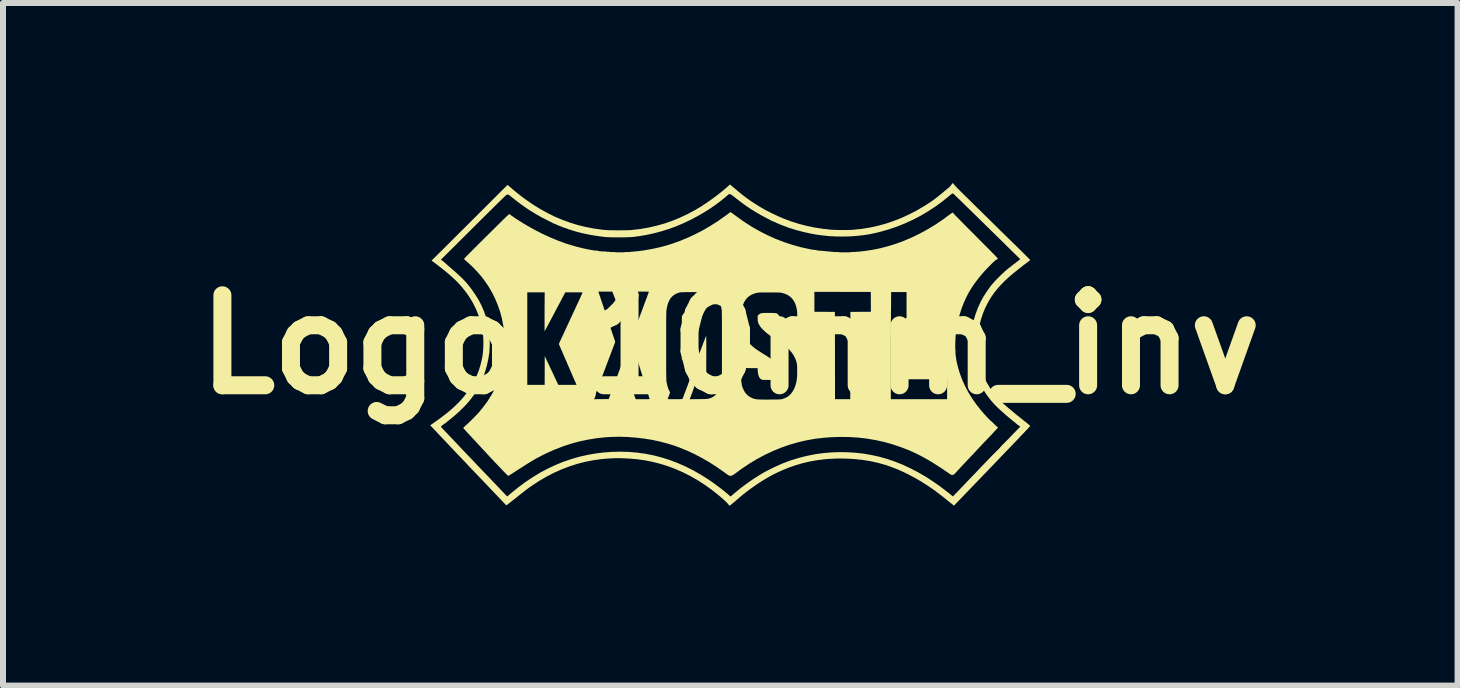
<source format=kicad_pcb>
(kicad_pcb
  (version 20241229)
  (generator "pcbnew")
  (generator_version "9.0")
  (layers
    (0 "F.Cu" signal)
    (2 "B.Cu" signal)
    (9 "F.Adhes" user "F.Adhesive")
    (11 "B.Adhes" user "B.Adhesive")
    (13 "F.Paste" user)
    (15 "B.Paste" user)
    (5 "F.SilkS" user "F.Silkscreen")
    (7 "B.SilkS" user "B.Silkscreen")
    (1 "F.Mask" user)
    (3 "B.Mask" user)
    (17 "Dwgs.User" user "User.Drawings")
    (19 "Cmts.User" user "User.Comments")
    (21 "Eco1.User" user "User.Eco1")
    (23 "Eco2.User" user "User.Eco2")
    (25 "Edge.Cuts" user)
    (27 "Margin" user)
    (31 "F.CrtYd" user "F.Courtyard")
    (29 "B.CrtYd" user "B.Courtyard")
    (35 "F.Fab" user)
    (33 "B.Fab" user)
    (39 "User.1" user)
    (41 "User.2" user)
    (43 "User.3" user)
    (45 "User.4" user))
  (footprint "Logo_10mm_inv"
    (layer "F.Cu")
    (at 9.121 2.693)
    (property "Reference" "Logo_10mm_inv" (at 0 0 0) (layer "F.SilkS") (effects (font (size 1.5 1.5) (thickness 0.3))))
    (attr board_only exclude_from_pos_files exclude_from_bom)
    (fp_poly (pts (xy 3.718 -2.682) (xy 3.733 -2.664) (xy 3.748 -2.647) (xy 3.765 -2.629) (xy 3.783 -2.609) (xy 3.804 -2.588) (xy 3.829 -2.563) (xy 3.858 -2.534) (xy 3.885 -2.508) (xy 3.904 -2.489) (xy 3.929 -2.465) (xy 3.958 -2.437) (xy 3.99 -2.405) (xy 4.025 -2.37) (xy 4.062 -2.334) (xy 4.101 -2.295) (xy 4.141 -2.256) (xy 4.181 -2.217) (xy 4.221 -2.178) (xy 4.233 -2.166) (xy 4.276 -2.124) (xy 4.322 -2.078) (xy 4.371 -2.03) (xy 4.422 -1.98) (xy 4.472 -1.93) (xy 4.522 -1.881) (xy 4.571 -1.834) (xy 4.616 -1.789) (xy 4.658 -1.748) (xy 4.686 -1.721) (xy 4.735 -1.673) (xy 4.779 -1.63) (xy 4.817 -1.592) (xy 4.852 -1.558) (xy 4.881 -1.529) (xy 4.907 -1.504) (xy 4.928 -1.482) (xy 4.946 -1.464) (xy 4.961 -1.449) (xy 4.973 -1.437) (xy 4.983 -1.427) (xy 4.989 -1.42) (xy 4.994 -1.415) (xy 4.997 -1.411) (xy 4.999 -1.408) (xy 4.999 -1.407) (xy 4.999 -1.407) (xy 4.995 -1.404) (xy 4.986 -1.397) (xy 4.973 -1.387) (xy 4.957 -1.375) (xy 4.95 -1.37) (xy 4.931 -1.356) (xy 4.911 -1.341) (xy 4.893 -1.327) (xy 4.878 -1.316) (xy 4.877 -1.315) (xy 4.864 -1.304) (xy 4.847 -1.29) (xy 4.827 -1.275) (xy 4.807 -1.26) (xy 4.801 -1.255) (xy 4.72 -1.19) (xy 4.644 -1.125) (xy 4.574 -1.06) (xy 4.51 -0.995) (xy 4.453 -0.932) (xy 4.405 -0.872) (xy 4.346 -0.788) (xy 4.294 -0.7) (xy 4.248 -0.608) (xy 4.209 -0.513) (xy 4.177 -0.414) (xy 4.151 -0.31) (xy 4.132 -0.203) (xy 4.127 -0.164) (xy 4.124 -0.131) (xy 4.121 -0.092) (xy 4.12 -0.049) (xy 4.12 -0.005) (xy 4.12 0.04) (xy 4.121 0.082) (xy 4.124 0.121) (xy 4.127 0.152) (xy 4.143 0.256) (xy 4.166 0.357) (xy 4.196 0.453) (xy 4.232 0.545) (xy 4.276 0.634) (xy 4.326 0.719) (xy 4.383 0.801) (xy 4.447 0.879) (xy 4.486 0.921) (xy 4.513 0.947) (xy 4.545 0.978) (xy 4.583 1.012) (xy 4.627 1.05) (xy 4.677 1.092) (xy 4.734 1.139) (xy 4.796 1.19) (xy 4.865 1.245) (xy 4.912 1.282) (xy 4.935 1.3) (xy 4.955 1.317) (xy 4.972 1.331) (xy 4.986 1.343) (xy 4.995 1.351) (xy 4.999 1.356) (xy 4.999 1.356) (xy 4.997 1.359) (xy 4.989 1.368) (xy 4.976 1.382) (xy 4.959 1.401) (xy 4.936 1.425) (xy 4.91 1.453) (xy 4.879 1.486) (xy 4.843 1.523) (xy 4.805 1.564) (xy 4.762 1.609) (xy 4.716 1.657) (xy 4.667 1.708) (xy 4.614 1.763) (xy 4.559 1.821) (xy 4.501 1.881) (xy 4.441 1.944) (xy 4.383 2.004) (xy 4.325 2.064) (xy 4.269 2.123) (xy 4.214 2.18) (xy 4.161 2.235) (xy 4.11 2.288) (xy 4.061 2.339) (xy 4.015 2.387) (xy 3.972 2.432) (xy 3.931 2.474) (xy 3.894 2.512) (xy 3.861 2.547) (xy 3.831 2.578) (xy 3.805 2.605) (xy 3.784 2.627) (xy 3.767 2.644) (xy 3.755 2.657) (xy 3.748 2.664) (xy 3.747 2.666) (xy 3.728 2.684) (xy 3.627 2.603) (xy 3.579 2.564) (xy 3.536 2.53) (xy 3.497 2.5) (xy 3.461 2.472) (xy 3.428 2.447) (xy 3.395 2.423) (xy 3.363 2.401) (xy 3.33 2.378) (xy 3.296 2.355) (xy 3.293 2.353) (xy 3.19 2.287) (xy 3.085 2.226) (xy 2.979 2.169) (xy 2.874 2.118) (xy 2.769 2.072) (xy 2.666 2.033) (xy 2.594 2.008) (xy 2.466 1.972) (xy 2.336 1.943) (xy 2.202 1.922) (xy 2.066 1.907) (xy 1.926 1.9) (xy 1.783 1.899) (xy 1.637 1.906) (xy 1.567 1.912) (xy 1.446 1.927) (xy 1.325 1.949) (xy 1.204 1.977) (xy 1.086 2.012) (xy 0.97 2.052) (xy 0.859 2.098) (xy 0.834 2.11) (xy 0.815 2.118) (xy 0.796 2.127) (xy 0.778 2.135) (xy 0.773 2.138) (xy 0.719 2.164) (xy 0.661 2.195) (xy 0.599 2.231) (xy 0.535 2.27) (xy 0.47 2.312) (xy 0.405 2.356) (xy 0.34 2.402) (xy 0.278 2.448) (xy 0.218 2.495) (xy 0.163 2.54) (xy 0.15 2.551) (xy 0.134 2.565) (xy 0.114 2.582) (xy 0.092 2.602) (xy 0.069 2.621) (xy 0.054 2.634) (xy 0.036 2.649) (xy 0.019 2.663) (xy 0.005 2.674) (xy -0.005 2.681) (xy -0.011 2.684) (xy -0.011 2.684) (xy -0.017 2.68) (xy -0.026 2.671) (xy -0.033 2.662) (xy -0.045 2.647) (xy -0.062 2.629) (xy -0.086 2.606) (xy -0.115 2.58) (xy -0.149 2.55) (xy -0.189 2.516) (xy -0.191 2.514) (xy -0.307 2.422) (xy -0.425 2.337) (xy -0.544 2.26) (xy -0.665 2.191) (xy -0.788 2.129) (xy -0.914 2.074) (xy -1.041 2.026) (xy -1.171 1.986) (xy -1.303 1.953) (xy -1.308 1.952) (xy -1.429 1.928) (xy -1.553 1.911) (xy -1.68 1.9) (xy -1.808 1.894) (xy -1.936 1.894) (xy -2.063 1.901) (xy -2.149 1.909) (xy -2.284 1.928) (xy -2.418 1.954) (xy -2.55 1.988) (xy -2.68 2.03) (xy -2.809 2.079) (xy -2.936 2.136) (xy -3.061 2.2) (xy -3.184 2.272) (xy -3.287 2.339) (xy -3.318 2.36) (xy -3.348 2.381) (xy -3.377 2.402) (xy -3.406 2.424) (xy -3.438 2.449) (xy -3.473 2.476) (xy -3.512 2.507) (xy -3.526 2.518) (xy -3.564 2.549) (xy -3.6 2.577) (xy -3.632 2.602) (xy -3.661 2.625) (xy -3.684 2.643) (xy -3.703 2.658) (xy -3.717 2.668) (xy -3.721 2.671) (xy -3.733 2.679) (xy -4.022 2.376) (xy -4.098 2.296) (xy -4.169 2.222) (xy -4.235 2.153) (xy -4.297 2.088) (xy -4.354 2.028) (xy -4.407 1.971) (xy -4.457 1.919) (xy -4.504 1.87) (xy -4.548 1.824) (xy -4.589 1.781) (xy -4.627 1.74) (xy -4.664 1.702) (xy -4.698 1.665) (xy -4.731 1.63) (xy -4.763 1.596) (xy -4.795 1.563) (xy -4.825 1.531) (xy -4.855 1.499) (xy -4.886 1.467) (xy -4.916 1.434) (xy -4.947 1.401) (xy -4.978 1.369) (xy -4.824 1.369) (xy -4.73 1.469) (xy -4.635 1.569) (xy -4.545 1.664) (xy -4.458 1.756) (xy -4.373 1.845) (xy -4.289 1.933) (xy -4.206 2.021) (xy -4.121 2.109) (xy -4.035 2.199) (xy -4.033 2.201) (xy -3.996 2.24) (xy -3.959 2.279) (xy -3.924 2.315) (xy -3.891 2.35) (xy -3.86 2.382) (xy -3.832 2.412) (xy -3.807 2.438) (xy -3.786 2.46) (xy -3.769 2.478) (xy -3.756 2.492) (xy -3.748 2.5) (xy -3.747 2.501) (xy -3.734 2.515) (xy -3.725 2.523) (xy -3.719 2.527) (xy -3.715 2.528) (xy -3.712 2.527) (xy -3.707 2.522) (xy -3.697 2.514) (xy -3.684 2.503) (xy -3.668 2.49) (xy -3.664 2.486) (xy -3.544 2.388) (xy -3.421 2.296) (xy -3.297 2.213) (xy -3.171 2.136) (xy -3.043 2.068) (xy -2.913 2.007) (xy -2.781 1.953) (xy -2.646 1.907) (xy -2.51 1.868) (xy -2.372 1.837) (xy -2.231 1.813) (xy -2.117 1.799) (xy -1.973 1.788) (xy -1.83 1.785) (xy -1.689 1.789) (xy -1.549 1.801) (xy -1.412 1.82) (xy -1.276 1.847) (xy -1.142 1.882) (xy -1.009 1.924) (xy -0.877 1.974) (xy -0.747 2.031) (xy -0.618 2.096) (xy -0.49 2.169) (xy -0.363 2.249) (xy -0.289 2.3) (xy -0.244 2.333) (xy -0.197 2.368) (xy -0.148 2.405) (xy -0.101 2.443) (xy -0.057 2.479) (xy -0.024 2.507) (xy 0.005 2.532) (xy 0.016 2.523) (xy 0.022 2.518) (xy 0.033 2.508) (xy 0.048 2.496) (xy 0.066 2.481) (xy 0.085 2.465) (xy 0.089 2.462) (xy 0.155 2.407) (xy 0.227 2.352) (xy 0.301 2.298) (xy 0.376 2.246) (xy 0.451 2.198) (xy 0.522 2.154) (xy 0.527 2.151) (xy 0.589 2.116) (xy 0.655 2.082) (xy 0.724 2.048) (xy 0.795 2.015) (xy 0.866 1.984) (xy 0.934 1.957) (xy 0.998 1.934) (xy 1.002 1.932) (xy 1.138 1.89) (xy 1.276 1.855) (xy 1.415 1.827) (xy 1.555 1.808) (xy 1.696 1.796) (xy 1.84 1.792) (xy 1.942 1.794) (xy 2.08 1.802) (xy 2.216 1.817) (xy 2.351 1.84) (xy 2.483 1.869) (xy 2.615 1.906) (xy 2.745 1.951) (xy 2.874 2.002) (xy 3.002 2.062) (xy 3.13 2.128) (xy 3.258 2.203) (xy 3.303 2.231) (xy 3.391 2.289) (xy 3.478 2.35) (xy 3.565 2.415) (xy 3.642 2.475) (xy 3.711 2.531) (xy 3.755 2.485) (xy 3.764 2.476) (xy 3.778 2.461) (xy 3.797 2.442) (xy 3.82 2.418) (xy 3.846 2.391) (xy 3.875 2.36) (xy 3.907 2.327) (xy 3.941 2.291) (xy 3.977 2.253) (xy 4.015 2.214) (xy 4.053 2.174) (xy 4.063 2.164) (xy 4.109 2.116) (xy 4.15 2.072) (xy 4.187 2.033) (xy 4.22 1.999) (xy 4.249 1.969) (xy 4.275 1.942) (xy 4.298 1.918) (xy 4.319 1.896) (xy 4.337 1.877) (xy 4.354 1.86) (xy 4.37 1.844) (xy 4.385 1.828) (xy 4.4 1.814) (xy 4.415 1.799) (xy 4.43 1.783) (xy 4.447 1.767) (xy 4.45 1.764) (xy 4.466 1.748) (xy 4.48 1.734) (xy 4.491 1.722) (xy 4.498 1.714) (xy 4.5 1.711) (xy 4.503 1.707) (xy 4.51 1.699) (xy 4.522 1.687) (xy 4.537 1.672) (xy 4.554 1.654) (xy 4.568 1.64) (xy 4.587 1.62) (xy 4.611 1.596) (xy 4.638 1.569) (xy 4.666 1.54) (xy 4.695 1.511) (xy 4.722 1.482) (xy 4.734 1.47) (xy 4.833 1.368) (xy 4.818 1.356) (xy 4.809 1.349) (xy 4.802 1.345) (xy 4.8 1.344) (xy 4.796 1.341) (xy 4.788 1.335) (xy 4.776 1.325) (xy 4.765 1.316) (xy 4.751 1.304) (xy 4.733 1.289) (xy 4.712 1.272) (xy 4.69 1.254) (xy 4.674 1.241) (xy 4.656 1.226) (xy 4.639 1.213) (xy 4.626 1.202) (xy 4.617 1.193) (xy 4.612 1.189) (xy 4.612 1.189) (xy 4.606 1.184) (xy 4.604 1.184) (xy 4.599 1.182) (xy 4.598 1.18) (xy 4.595 1.176) (xy 4.587 1.169) (xy 4.576 1.158) (xy 4.562 1.146) (xy 4.558 1.142) (xy 4.51 1.1) (xy 4.467 1.061) (xy 4.429 1.023) (xy 4.393 0.986) (xy 4.359 0.947) (xy 4.329 0.911) (xy 4.266 0.827) (xy 4.21 0.739) (xy 4.16 0.647) (xy 4.116 0.552) (xy 4.08 0.454) (xy 4.051 0.355) (xy 4.049 0.348) (xy 4.044 0.327) (xy 4.04 0.308) (xy 4.036 0.292) (xy 4.034 0.281) (xy 4.034 0.279) (xy 4.032 0.267) (xy 4.03 0.255) (xy 4.03 0.254) (xy 4.025 0.23) (xy 4.021 0.204) (xy 4.018 0.174) (xy 4.014 0.14) (xy 4.011 0.099) (xy 4.009 0.072) (xy 4.007 -0.013) (xy 4.01 -0.102) (xy 4.014 -0.156) (xy 4.017 -0.183) (xy 4.019 -0.205) (xy 4.021 -0.221) (xy 4.023 -0.232) (xy 4.025 -0.246) (xy 4.025 -0.252) (xy 4.029 -0.275) (xy 4.034 -0.303) (xy 4.041 -0.334) (xy 4.048 -0.366) (xy 4.055 -0.397) (xy 4.061 -0.419) (xy 4.093 -0.522) (xy 4.131 -0.621) (xy 4.174 -0.715) (xy 4.224 -0.805) (xy 4.281 -0.893) (xy 4.307 -0.93) (xy 4.318 -0.944) (xy 4.326 -0.956) (xy 4.331 -0.964) (xy 4.332 -0.967) (xy 4.335 -0.971) (xy 4.342 -0.977) (xy 4.342 -0.977) (xy 4.349 -0.984) (xy 4.352 -0.989) (xy 4.352 -0.989) (xy 4.355 -0.994) (xy 4.361 -1.001) (xy 4.362 -1.001) (xy 4.368 -1.007) (xy 4.371 -1.013) (xy 4.371 -1.013) (xy 4.374 -1.018) (xy 4.381 -1.025) (xy 4.385 -1.029) (xy 4.393 -1.036) (xy 4.398 -1.042) (xy 4.399 -1.043) (xy 4.401 -1.047) (xy 4.409 -1.055) (xy 4.42 -1.067) (xy 4.434 -1.082) (xy 4.451 -1.099) (xy 4.469 -1.117) (xy 4.487 -1.135) (xy 4.504 -1.152) (xy 4.521 -1.168) (xy 4.535 -1.182) (xy 4.546 -1.192) (xy 4.553 -1.198) (xy 4.555 -1.199) (xy 4.559 -1.202) (xy 4.566 -1.209) (xy 4.571 -1.215) (xy 4.579 -1.224) (xy 4.586 -1.23) (xy 4.588 -1.231) (xy 4.594 -1.233) (xy 4.601 -1.24) (xy 4.603 -1.242) (xy 4.61 -1.25) (xy 4.616 -1.254) (xy 4.617 -1.254) (xy 4.622 -1.257) (xy 4.628 -1.264) (xy 4.628 -1.264) (xy 4.635 -1.271) (xy 4.639 -1.274) (xy 4.639 -1.274) (xy 4.643 -1.276) (xy 4.652 -1.282) (xy 4.664 -1.291) (xy 4.677 -1.302) (xy 4.695 -1.316) (xy 4.712 -1.33) (xy 4.728 -1.342) (xy 4.737 -1.348) (xy 4.75 -1.358) (xy 4.766 -1.371) (xy 4.784 -1.385) (xy 4.797 -1.394) (xy 4.833 -1.424) (xy 4.785 -1.471) (xy 4.775 -1.48) (xy 4.76 -1.495) (xy 4.74 -1.515) (xy 4.716 -1.538) (xy 4.689 -1.565) (xy 4.659 -1.595) (xy 4.625 -1.627) (xy 4.59 -1.662) (xy 4.554 -1.698) (xy 4.516 -1.735) (xy 4.483 -1.768) (xy 4.443 -1.806) (xy 4.402 -1.847) (xy 4.359 -1.889) (xy 4.315 -1.933) (xy 4.269 -1.977) (xy 4.224 -2.022) (xy 4.178 -2.067) (xy 4.132 -2.112) (xy 4.087 -2.156) (xy 4.043 -2.199) (xy 4 -2.241) (xy 3.959 -2.281) (xy 3.92 -2.319) (xy 3.884 -2.354) (xy 3.851 -2.387) (xy 3.821 -2.416) (xy 3.794 -2.441) (xy 3.772 -2.463) (xy 3.754 -2.48) (xy 3.741 -2.493) (xy 3.734 -2.5) (xy 3.722 -2.511) (xy 3.713 -2.517) (xy 3.706 -2.519) (xy 3.702 -2.518) (xy 3.696 -2.515) (xy 3.685 -2.507) (xy 3.671 -2.496) (xy 3.655 -2.483) (xy 3.647 -2.476) (xy 3.536 -2.386) (xy 3.42 -2.301) (xy 3.299 -2.222) (xy 3.174 -2.148) (xy 3.045 -2.081) (xy 2.912 -2.02) (xy 2.777 -1.966) (xy 2.639 -1.919) (xy 2.499 -1.879) (xy 2.43 -1.862) (xy 2.327 -1.84) (xy 2.223 -1.824) (xy 2.118 -1.812) (xy 2.009 -1.804) (xy 1.896 -1.801) (xy 1.867 -1.801) (xy 1.755 -1.802) (xy 1.646 -1.808) (xy 1.54 -1.819) (xy 1.435 -1.833) (xy 1.328 -1.853) (xy 1.217 -1.878) (xy 1.212 -1.879) (xy 1.185 -1.886) (xy 1.155 -1.894) (xy 1.124 -1.902) (xy 1.092 -1.911) (xy 1.06 -1.921) (xy 1.03 -1.93) (xy 1.003 -1.938) (xy 0.978 -1.946) (xy 0.957 -1.954) (xy 0.942 -1.959) (xy 0.932 -1.963) (xy 0.93 -1.965) (xy 0.925 -1.968) (xy 0.915 -1.971) (xy 0.907 -1.973) (xy 0.896 -1.976) (xy 0.888 -1.979) (xy 0.887 -1.981) (xy 0.883 -1.984) (xy 0.877 -1.984) (xy 0.87 -1.986) (xy 0.867 -1.988) (xy 0.864 -1.991) (xy 0.855 -1.993) (xy 0.852 -1.994) (xy 0.842 -1.996) (xy 0.836 -1.999) (xy 0.836 -2) (xy 0.833 -2.003) (xy 0.827 -2.004) (xy 0.817 -2.006) (xy 0.811 -2.01) (xy 0.803 -2.015) (xy 0.799 -2.016) (xy 0.791 -2.018) (xy 0.787 -2.022) (xy 0.778 -2.026) (xy 0.771 -2.027) (xy 0.764 -2.029) (xy 0.762 -2.031) (xy 0.758 -2.035) (xy 0.751 -2.039) (xy 0.742 -2.042) (xy 0.736 -2.043) (xy 0.728 -2.046) (xy 0.724 -2.049) (xy 0.716 -2.054) (xy 0.709 -2.055) (xy 0.7 -2.057) (xy 0.695 -2.06) (xy 0.69 -2.063) (xy 0.679 -2.069) (xy 0.663 -2.078) (xy 0.644 -2.088) (xy 0.621 -2.1) (xy 0.602 -2.11) (xy 0.511 -2.158) (xy 0.425 -2.208) (xy 0.341 -2.26) (xy 0.259 -2.315) (xy 0.177 -2.375) (xy 0.092 -2.441) (xy 0.087 -2.445) (xy 0.06 -2.466) (xy 0.038 -2.483) (xy 0.02 -2.495) (xy 0.006 -2.503) (xy -0.005 -2.508) (xy -0.013 -2.509) (xy -0.02 -2.508) (xy -0.022 -2.507) (xy -0.027 -2.503) (xy -0.037 -2.495) (xy -0.051 -2.484) (xy -0.066 -2.47) (xy -0.075 -2.463) (xy -0.159 -2.394) (xy -0.25 -2.326) (xy -0.346 -2.26) (xy -0.448 -2.196) (xy -0.554 -2.136) (xy -0.662 -2.079) (xy -0.773 -2.026) (xy -0.791 -2.018) (xy -0.907 -1.969) (xy -1.028 -1.925) (xy -1.151 -1.887) (xy -1.275 -1.854) (xy -1.399 -1.827) (xy -1.506 -1.809) (xy -1.542 -1.804) (xy -1.573 -1.8) (xy -1.603 -1.796) (xy -1.631 -1.794) (xy -1.658 -1.791) (xy -1.687 -1.79) (xy -1.719 -1.789) (xy -1.754 -1.788) (xy -1.794 -1.788) (xy -1.84 -1.788) (xy -1.858 -1.787) (xy -1.904 -1.788) (xy -1.943 -1.788) (xy -1.977 -1.788) (xy -2.005 -1.789) (xy -2.03 -1.79) (xy -2.052 -1.791) (xy -2.072 -1.792) (xy -2.091 -1.794) (xy -2.094 -1.794) (xy -2.219 -1.81) (xy -2.341 -1.83) (xy -2.458 -1.855) (xy -2.493 -1.863) (xy -2.524 -1.871) (xy -2.555 -1.879) (xy -2.582 -1.887) (xy -2.607 -1.894) (xy -2.628 -1.901) (xy -2.643 -1.906) (xy -2.652 -1.909) (xy -2.654 -1.911) (xy -2.661 -1.914) (xy -2.666 -1.914) (xy -2.675 -1.915) (xy -2.686 -1.918) (xy -2.699 -1.922) (xy -2.709 -1.927) (xy -2.715 -1.93) (xy -2.715 -1.93) (xy -2.72 -1.933) (xy -2.73 -1.936) (xy -2.744 -1.94) (xy -2.748 -1.942) (xy -2.763 -1.946) (xy -2.774 -1.95) (xy -2.781 -1.952) (xy -2.781 -1.953) (xy -2.786 -1.956) (xy -2.796 -1.958) (xy -2.798 -1.959) (xy -2.807 -1.961) (xy -2.812 -1.964) (xy -2.813 -1.965) (xy -2.816 -1.968) (xy -2.822 -1.969) (xy -2.83 -1.97) (xy -2.832 -1.973) (xy -2.836 -1.976) (xy -2.842 -1.977) (xy -2.849 -1.978) (xy -2.852 -1.981) (xy -2.855 -1.984) (xy -2.862 -1.984) (xy -2.869 -1.986) (xy -2.871 -1.988) (xy -2.875 -1.991) (xy -2.881 -1.992) (xy -2.888 -1.993) (xy -2.891 -1.996) (xy -2.894 -1.999) (xy -2.903 -2.004) (xy -2.914 -2.009) (xy -2.925 -2.013) (xy -2.935 -2.015) (xy -2.938 -2.016) (xy -2.944 -2.017) (xy -2.946 -2.019) (xy -2.95 -2.022) (xy -2.96 -2.027) (xy -2.974 -2.035) (xy -2.993 -2.044) (xy -3.015 -2.055) (xy -3.029 -2.062) (xy -3.141 -2.119) (xy -3.25 -2.181) (xy -3.355 -2.246) (xy -3.459 -2.317) (xy -3.562 -2.394) (xy -3.629 -2.447) (xy -3.653 -2.466) (xy -3.671 -2.481) (xy -3.685 -2.491) (xy -3.697 -2.497) (xy -3.705 -2.501) (xy -3.713 -2.501) (xy -3.72 -2.5) (xy -3.727 -2.497) (xy -3.731 -2.494) (xy -3.74 -2.486) (xy -3.754 -2.473) (xy -3.773 -2.455) (xy -3.797 -2.432) (xy -3.825 -2.405) (xy -3.859 -2.372) (xy -3.897 -2.334) (xy -3.941 -2.291) (xy -3.99 -2.242) (xy -4.044 -2.189) (xy -4.103 -2.13) (xy -4.168 -2.066) (xy -4.238 -1.996) (xy -4.282 -1.952) (xy -4.823 -1.414) (xy -4.805 -1.403) (xy -4.794 -1.395) (xy -4.781 -1.384) (xy -4.765 -1.371) (xy -4.756 -1.363) (xy -4.745 -1.353) (xy -4.729 -1.339) (xy -4.709 -1.321) (xy -4.687 -1.302) (xy -4.663 -1.281) (xy -4.639 -1.26) (xy -4.639 -1.26) (xy -4.595 -1.222) (xy -4.557 -1.188) (xy -4.523 -1.157) (xy -4.493 -1.129) (xy -4.466 -1.103) (xy -4.442 -1.078) (xy -4.419 -1.054) (xy -4.397 -1.029) (xy -4.376 -1.004) (xy -4.353 -0.976) (xy -4.339 -0.958) (xy -4.319 -0.932) (xy -4.297 -0.901) (xy -4.274 -0.868) (xy -4.251 -0.834) (xy -4.229 -0.8) (xy -4.209 -0.769) (xy -4.193 -0.741) (xy -4.192 -0.74) (xy -4.144 -0.647) (xy -4.103 -0.551) (xy -4.069 -0.453) (xy -4.042 -0.353) (xy -4.022 -0.253) (xy -4.012 -0.167) (xy -4.01 -0.144) (xy -4.009 -0.114) (xy -4.009 -0.081) (xy -4.009 -0.044) (xy -4.009 -0.006) (xy -4.01 0.032) (xy -4.012 0.068) (xy -4.013 0.1) (xy -4.015 0.128) (xy -4.018 0.148) (xy -4.033 0.242) (xy -4.053 0.335) (xy -4.078 0.426) (xy -4.106 0.514) (xy -4.138 0.596) (xy -4.173 0.673) (xy -4.176 0.68) (xy -4.216 0.752) (xy -4.261 0.823) (xy -4.311 0.892) (xy -4.367 0.961) (xy -4.429 1.029) (xy -4.498 1.097) (xy -4.573 1.166) (xy -4.656 1.235) (xy -4.684 1.258) (xy -4.702 1.272) (xy -4.718 1.285) (xy -4.731 1.296) (xy -4.74 1.304) (xy -4.744 1.307) (xy -4.749 1.312) (xy -4.751 1.313) (xy -4.757 1.315) (xy -4.766 1.321) (xy -4.779 1.33) (xy -4.792 1.34) (xy -4.804 1.35) (xy -4.811 1.357) (xy -4.824 1.369) (xy -4.978 1.369) (xy -4.98 1.367) (xy -4.98 1.367) (xy -5 1.345) (xy -4.929 1.295) (xy -4.875 1.257) (xy -4.827 1.222) (xy -4.784 1.189) (xy -4.744 1.159) (xy -4.707 1.129) (xy -4.671 1.099) (xy -4.636 1.069) (xy -4.606 1.041) (xy -4.525 0.963) (xy -4.451 0.881) (xy -4.385 0.797) (xy -4.326 0.71) (xy -4.274 0.62) (xy -4.229 0.527) (xy -4.191 0.432) (xy -4.161 0.333) (xy -4.137 0.232) (xy -4.124 0.152) (xy -4.121 0.118) (xy -4.118 0.079) (xy -4.116 0.037) (xy -4.115 -0.008) (xy -4.115 -0.053) (xy -4.116 -0.096) (xy -4.118 -0.136) (xy -4.121 -0.17) (xy -4.123 -0.182) (xy -4.141 -0.289) (xy -4.166 -0.393) (xy -4.198 -0.494) (xy -4.238 -0.592) (xy -4.285 -0.688) (xy -4.339 -0.779) (xy -4.4 -0.868) (xy -4.468 -0.953) (xy -4.469 -0.955) (xy -4.508 -0.999) (xy -4.549 -1.043) (xy -4.593 -1.086) (xy -4.639 -1.129) (xy -4.69 -1.174) (xy -4.745 -1.22) (xy -4.805 -1.268) (xy -4.872 -1.32) (xy -4.898 -1.34) (xy -4.978 -1.4) (xy -4.838 -1.539) (xy -4.82 -1.557) (xy -4.796 -1.58) (xy -4.768 -1.608) (xy -4.736 -1.64) (xy -4.7 -1.676) (xy -4.66 -1.716) (xy -4.617 -1.759) (xy -4.571 -1.805) (xy -4.523 -1.853) (xy -4.473 -1.903) (xy -4.421 -1.954) (xy -4.368 -2.007) (xy -4.314 -2.061) (xy -4.26 -2.115) (xy -4.205 -2.169) (xy -4.205 -2.17) (xy -3.712 -2.661) (xy -3.696 -2.648) (xy -3.668 -2.624) (xy -3.64 -2.6) (xy -3.613 -2.577) (xy -3.587 -2.556) (xy -3.565 -2.537) (xy -3.546 -2.522) (xy -3.533 -2.511) (xy -3.531 -2.51) (xy -3.511 -2.494) (xy -3.494 -2.48) (xy -3.48 -2.47) (xy -3.466 -2.459) (xy -3.452 -2.449) (xy -3.435 -2.436) (xy -3.414 -2.421) (xy -3.293 -2.337) (xy -3.17 -2.261) (xy -3.047 -2.193) (xy -2.922 -2.131) (xy -2.795 -2.078) (xy -2.667 -2.031) (xy -2.536 -1.991) (xy -2.403 -1.959) (xy -2.267 -1.933) (xy -2.128 -1.914) (xy -2.08 -1.91) (xy -2.059 -1.908) (xy -2.032 -1.907) (xy -1.999 -1.906) (xy -1.962 -1.905) (xy -1.922 -1.905) (xy -1.88 -1.904) (xy -1.838 -1.904) (xy -1.796 -1.905) (xy -1.756 -1.905) (xy -1.72 -1.906) (xy -1.687 -1.907) (xy -1.661 -1.908) (xy -1.643 -1.91) (xy -1.501 -1.926) (xy -1.363 -1.95) (xy -1.228 -1.981) (xy -1.096 -2.018) (xy -0.966 -2.063) (xy -0.838 -2.115) (xy -0.712 -2.175) (xy -0.586 -2.242) (xy -0.578 -2.247) (xy -0.489 -2.3) (xy -0.399 -2.359) (xy -0.309 -2.422) (xy -0.22 -2.488) (xy -0.135 -2.555) (xy -0.055 -2.623) (xy -0.015 -2.659) (xy -0.005 -2.668) (xy 0.098 -2.582) (xy 0.138 -2.548) (xy 0.174 -2.519) (xy 0.206 -2.493) (xy 0.236 -2.47) (xy 0.264 -2.448) (xy 0.294 -2.427) (xy 0.324 -2.406) (xy 0.357 -2.383) (xy 0.357 -2.383) (xy 0.471 -2.31) (xy 0.584 -2.244) (xy 0.699 -2.185) (xy 0.816 -2.131) (xy 0.894 -2.098) (xy 1.02 -2.051) (xy 1.147 -2.011) (xy 1.276 -1.978) (xy 1.407 -1.951) (xy 1.541 -1.93) (xy 1.68 -1.915) (xy 1.699 -1.914) (xy 1.727 -1.912) (xy 1.761 -1.911) (xy 1.799 -1.91) (xy 1.84 -1.91) (xy 1.883 -1.909) (xy 1.925 -1.91) (xy 1.965 -1.91) (xy 2.002 -1.911) (xy 2.033 -1.913) (xy 2.049 -1.914) (xy 2.187 -1.928) (xy 2.323 -1.95) (xy 2.457 -1.979) (xy 2.59 -2.015) (xy 2.721 -2.059) (xy 2.851 -2.11) (xy 2.98 -2.169) (xy 3.108 -2.235) (xy 3.235 -2.31) (xy 3.332 -2.372) (xy 3.359 -2.391) (xy 3.388 -2.411) (xy 3.418 -2.434) (xy 3.451 -2.46) (xy 3.488 -2.489) (xy 3.529 -2.523) (xy 3.549 -2.539) (xy 3.571 -2.558) (xy 3.592 -2.575) (xy 3.611 -2.591) (xy 3.627 -2.604) (xy 3.638 -2.613) (xy 3.645 -2.618) (xy 3.645 -2.618) (xy 3.652 -2.625) (xy 3.663 -2.636) (xy 3.674 -2.65) (xy 3.682 -2.66) (xy 3.708 -2.693)) (stroke (width 0) (type solid)) (fill yes) (layer "F.SilkS"))
    (fp_poly (pts (xy 0.012 -2.203) (xy 0.022 -2.197) (xy 0.037 -2.186) (xy 0.055 -2.173) (xy 0.075 -2.158) (xy 0.094 -2.144) (xy 0.221 -2.053) (xy 0.351 -1.969) (xy 0.483 -1.893) (xy 0.618 -1.824) (xy 0.756 -1.762) (xy 0.896 -1.708) (xy 1.039 -1.661) (xy 1.185 -1.621) (xy 1.318 -1.592) (xy 1.342 -1.587) (xy 1.366 -1.583) (xy 1.387 -1.58) (xy 1.404 -1.578) (xy 1.413 -1.578) (xy 1.426 -1.577) (xy 1.435 -1.576) (xy 1.438 -1.575) (xy 1.441 -1.571) (xy 1.451 -1.568) (xy 1.465 -1.566) (xy 1.482 -1.566) (xy 1.482 -1.566) (xy 1.493 -1.565) (xy 1.509 -1.564) (xy 1.53 -1.563) (xy 1.553 -1.56) (xy 1.57 -1.559) (xy 1.597 -1.556) (xy 1.625 -1.553) (xy 1.651 -1.551) (xy 1.673 -1.549) (xy 1.683 -1.548) (xy 1.7 -1.547) (xy 1.714 -1.546) (xy 1.724 -1.544) (xy 1.727 -1.543) (xy 1.73 -1.543) (xy 1.74 -1.542) (xy 1.754 -1.542) (xy 1.766 -1.542) (xy 1.782 -1.543) (xy 1.795 -1.542) (xy 1.803 -1.541) (xy 1.805 -1.54) (xy 1.809 -1.54) (xy 1.819 -1.539) (xy 1.835 -1.538) (xy 1.856 -1.538) (xy 1.881 -1.537) (xy 1.906 -1.537) (xy 1.934 -1.537) (xy 1.958 -1.538) (xy 1.979 -1.538) (xy 1.995 -1.539) (xy 2.005 -1.539) (xy 2.008 -1.54) (xy 2.012 -1.542) (xy 2.021 -1.543) (xy 2.034 -1.543) (xy 2.035 -1.543) (xy 2.071 -1.544) (xy 2.114 -1.547) (xy 2.162 -1.551) (xy 2.213 -1.557) (xy 2.267 -1.564) (xy 2.322 -1.572) (xy 2.377 -1.581) (xy 2.431 -1.591) (xy 2.481 -1.602) (xy 2.489 -1.603) (xy 2.624 -1.638) (xy 2.759 -1.679) (xy 2.894 -1.729) (xy 3.027 -1.786) (xy 3.159 -1.85) (xy 3.289 -1.921) (xy 3.418 -1.999) (xy 3.544 -2.084) (xy 3.659 -2.169) (xy 3.68 -2.184) (xy 3.696 -2.194) (xy 3.707 -2.199) (xy 3.713 -2.198) (xy 3.715 -2.193) (xy 3.715 -2.193) (xy 3.718 -2.189) (xy 3.726 -2.18) (xy 3.739 -2.166) (xy 3.756 -2.148) (xy 3.778 -2.126) (xy 3.804 -2.099) (xy 3.834 -2.069) (xy 3.867 -2.035) (xy 3.904 -1.998) (xy 3.943 -1.958) (xy 3.985 -1.916) (xy 4.029 -1.872) (xy 4.075 -1.826) (xy 4.089 -1.812) (xy 4.148 -1.752) (xy 4.202 -1.698) (xy 4.251 -1.649) (xy 4.294 -1.606) (xy 4.333 -1.567) (xy 4.365 -1.533) (xy 4.393 -1.505) (xy 4.416 -1.481) (xy 4.434 -1.462) (xy 4.448 -1.448) (xy 4.456 -1.438) (xy 4.46 -1.433) (xy 4.46 -1.432) (xy 4.456 -1.428) (xy 4.446 -1.421) (xy 4.435 -1.414) (xy 4.426 -1.409) (xy 4.415 -1.401) (xy 4.402 -1.389) (xy 4.385 -1.374) (xy 4.365 -1.355) (xy 4.341 -1.331) (xy 4.332 -1.321) (xy 4.297 -1.286) (xy 4.267 -1.255) (xy 4.241 -1.227) (xy 4.217 -1.2) (xy 4.194 -1.174) (xy 4.171 -1.147) (xy 4.147 -1.118) (xy 4.139 -1.107) (xy 4.077 -1.026) (xy 4.022 -0.946) (xy 3.973 -0.864) (xy 3.93 -0.781) (xy 3.891 -0.694) (xy 3.856 -0.603) (xy 3.844 -0.566) (xy 3.82 -0.49) (xy 3.8 -0.419) (xy 3.784 -0.35) (xy 3.771 -0.283) (xy 3.762 -0.214) (xy 3.756 -0.144) (xy 3.752 -0.069) (xy 3.751 -0.034) (xy 3.75 -0.004) (xy 3.75 0.023) (xy 3.75 0.047) (xy 3.75 0.065) (xy 3.751 0.079) (xy 3.751 0.085) (xy 3.752 0.086) (xy 3.753 0.09) (xy 3.754 0.099) (xy 3.753 0.112) (xy 3.753 0.114) (xy 3.753 0.131) (xy 3.754 0.152) (xy 3.756 0.174) (xy 3.757 0.184) (xy 3.773 0.286) (xy 3.798 0.389) (xy 3.83 0.492) (xy 3.869 0.594) (xy 3.915 0.695) (xy 3.967 0.794) (xy 4.027 0.892) (xy 4.093 0.987) (xy 4.165 1.079) (xy 4.231 1.156) (xy 4.256 1.183) (xy 4.278 1.208) (xy 4.299 1.229) (xy 4.317 1.248) (xy 4.331 1.262) (xy 4.342 1.272) (xy 4.348 1.277) (xy 4.349 1.277) (xy 4.353 1.28) (xy 4.361 1.287) (xy 4.373 1.298) (xy 4.386 1.312) (xy 4.392 1.318) (xy 4.408 1.333) (xy 4.423 1.347) (xy 4.436 1.359) (xy 4.445 1.367) (xy 4.447 1.369) (xy 4.455 1.376) (xy 4.46 1.383) (xy 4.46 1.385) (xy 4.458 1.389) (xy 4.45 1.398) (xy 4.438 1.411) (xy 4.422 1.428) (xy 4.402 1.449) (xy 4.38 1.473) (xy 4.356 1.499) (xy 4.329 1.527) (xy 4.32 1.536) (xy 4.291 1.567) (xy 4.262 1.598) (xy 4.233 1.628) (xy 4.205 1.657) (xy 4.18 1.684) (xy 4.157 1.708) (xy 4.139 1.728) (xy 4.125 1.742) (xy 4.108 1.76) (xy 4.088 1.782) (xy 4.064 1.808) (xy 4.038 1.835) (xy 4.011 1.864) (xy 3.985 1.892) (xy 3.969 1.908) (xy 3.943 1.936) (xy 3.915 1.966) (xy 3.887 1.996) (xy 3.859 2.025) (xy 3.834 2.052) (xy 3.813 2.076) (xy 3.803 2.086) (xy 3.784 2.106) (xy 3.767 2.125) (xy 3.752 2.141) (xy 3.74 2.154) (xy 3.731 2.162) (xy 3.728 2.165) (xy 3.716 2.17) (xy 3.7 2.172) (xy 3.692 2.172) (xy 3.685 2.17) (xy 3.677 2.167) (xy 3.667 2.162) (xy 3.654 2.153) (xy 3.636 2.141) (xy 3.633 2.138) (xy 3.541 2.075) (xy 3.453 2.018) (xy 3.37 1.965) (xy 3.289 1.917) (xy 3.21 1.873) (xy 3.133 1.833) (xy 3.056 1.796) (xy 2.979 1.762) (xy 2.9 1.731) (xy 2.84 1.708) (xy 2.701 1.661) (xy 2.56 1.622) (xy 2.418 1.591) (xy 2.274 1.567) (xy 2.129 1.55) (xy 1.981 1.541) (xy 1.831 1.539) (xy 1.678 1.544) (xy 1.559 1.553) (xy 1.415 1.57) (xy 1.272 1.595) (xy 1.131 1.628) (xy 0.991 1.668) (xy 0.854 1.716) (xy 0.718 1.771) (xy 0.584 1.834) (xy 0.452 1.904) (xy 0.323 1.981) (xy 0.196 2.066) (xy 0.111 2.128) (xy 0.083 2.148) (xy 0.06 2.164) (xy 0.041 2.176) (xy 0.025 2.183) (xy 0.012 2.187) (xy -0.000074 2.188) (xy -0.012 2.186) (xy -0.021 2.182) (xy -0.028 2.178) (xy -0.04 2.171) (xy -0.056 2.16) (xy -0.074 2.147) (xy -0.095 2.132) (xy -0.1 2.128) (xy -0.223 2.042) (xy -0.346 1.963) (xy -0.469 1.892) (xy -0.592 1.827) (xy -0.716 1.769) (xy -0.841 1.718) (xy -0.928 1.686) (xy -1.051 1.648) (xy -1.178 1.615) (xy -1.309 1.587) (xy -1.443 1.566) (xy -1.578 1.55) (xy -1.714 1.54) (xy -1.848 1.536) (xy -1.982 1.539) (xy -2.083 1.545) (xy -2.229 1.561) (xy -2.372 1.584) (xy -2.514 1.614) (xy -2.654 1.652) (xy -2.792 1.698) (xy -2.929 1.751) (xy -3.065 1.812) (xy -3.115 1.836) (xy -3.142 1.85) (xy -3.167 1.863) (xy -3.191 1.876) (xy -3.215 1.888) (xy -3.238 1.901) (xy -3.262 1.914) (xy -3.286 1.929) (xy -3.312 1.944) (xy -3.34 1.961) (xy -3.371 1.98) (xy -3.405 2.001) (xy -3.442 2.025) (xy -3.484 2.052) (xy -3.53 2.081) (xy -3.582 2.115) (xy -3.64 2.152) (xy -3.653 2.161) (xy -3.669 2.171) (xy -3.683 2.179) (xy -3.694 2.185) (xy -3.7 2.188) (xy -3.7 2.188) (xy -3.704 2.185) (xy -3.713 2.177) (xy -3.726 2.165) (xy -3.742 2.149) (xy -3.762 2.129) (xy -3.783 2.107) (xy -3.807 2.083) (xy -3.815 2.073) (xy -3.849 2.038) (xy -3.879 2.006) (xy -3.907 1.977) (xy -3.933 1.95) (xy -3.957 1.924) (xy -3.981 1.898) (xy -4.005 1.873) (xy -4.03 1.846) (xy -4.056 1.818) (xy -4.084 1.787) (xy -4.115 1.754) (xy -4.149 1.717) (xy -4.188 1.675) (xy -4.227 1.633) (xy -4.24 1.619) (xy -4.257 1.6) (xy -4.278 1.578) (xy -4.301 1.554) (xy -4.325 1.528) (xy -4.349 1.502) (xy -4.359 1.491) (xy -4.38 1.468) (xy -4.4 1.447) (xy -4.417 1.428) (xy -4.431 1.412) (xy -4.442 1.4) (xy -4.448 1.392) (xy -4.449 1.389) (xy -4.447 1.385) (xy -4.439 1.376) (xy -4.427 1.365) (xy -4.413 1.351) (xy -4.404 1.343) (xy -4.377 1.319) (xy -4.346 1.29) (xy -4.314 1.259) (xy -4.282 1.227) (xy -4.251 1.195) (xy -4.222 1.165) (xy -4.197 1.138) (xy -4.187 1.127) (xy -4.111 1.033) (xy -4.041 0.938) (xy -4.024 0.91) (xy -2.277 0.91) (xy -2.152 0.909) (xy -2.026 0.908) (xy -1.912 0.603) (xy -1.895 0.556) (xy -1.878 0.512) (xy -1.863 0.47) (xy -1.848 0.431) (xy -1.835 0.396) (xy -1.824 0.366) (xy -1.814 0.34) (xy -1.806 0.319) (xy -1.801 0.305) (xy -1.798 0.297) (xy -1.797 0.295) (xy -1.795 0.299) (xy -1.791 0.309) (xy -1.785 0.325) (xy -1.777 0.347) (xy -1.767 0.375) (xy -1.755 0.407) (xy -1.742 0.443) (xy -1.728 0.483) (xy -1.712 0.526) (xy -1.696 0.572) (xy -1.686 0.602) (xy -1.576 0.91) (xy -1.46 0.91) (xy -1.431 0.91) (xy -1.404 0.91) (xy -1.381 0.91) (xy -1.363 0.909) (xy -1.35 0.909) (xy -1.344 0.908) (xy -1.344 0.908) (xy -1.345 0.904) (xy -1.348 0.893) (xy -1.354 0.875) (xy -1.361 0.852) (xy -1.37 0.822) (xy -1.381 0.788) (xy -1.393 0.748) (xy -1.407 0.704) (xy -1.422 0.657) (xy -1.438 0.606) (xy -1.455 0.552) (xy -1.472 0.495) (xy -1.491 0.436) (xy -1.494 0.426) (xy -1.512 0.367) (xy -1.531 0.309) (xy -1.548 0.254) (xy -1.564 0.202) (xy -1.58 0.152) (xy -1.594 0.107) (xy -1.607 0.066) (xy -1.618 0.029) (xy -1.622 0.016) (xy -1.068 0.016) (xy -1.068 0.098) (xy -1.068 0.173) (xy -1.068 0.241) (xy -1.068 0.302) (xy -1.068 0.356) (xy -1.068 0.405) (xy -1.068 0.447) (xy -1.067 0.484) (xy -1.067 0.515) (xy -1.066 0.542) (xy -1.066 0.564) (xy -1.065 0.582) (xy -1.065 0.596) (xy -1.064 0.606) (xy -1.064 0.612) (xy -1.054 0.663) (xy -1.042 0.709) (xy -1.026 0.751) (xy -1.021 0.761) (xy -1.003 0.798) (xy -1.023 0.852) (xy -1.03 0.871) (xy -1.036 0.887) (xy -1.04 0.9) (xy -1.043 0.907) (xy -1.043 0.908) (xy -1.039 0.908) (xy -1.029 0.909) (xy -1.013 0.909) (xy -0.993 0.91) (xy -0.969 0.91) (xy -0.943 0.91) (xy -0.917 0.91) (xy -0.89 0.91) (xy -0.865 0.91) (xy -0.842 0.909) (xy -0.823 0.909) (xy -0.809 0.908) (xy -0.8 0.908) (xy -0.798 0.907) (xy -0.796 0.903) (xy -0.792 0.893) (xy -0.785 0.877) (xy -0.777 0.856) (xy -0.768 0.832) (xy -0.758 0.805) (xy -0.747 0.776) (xy -0.735 0.746) (xy -0.724 0.716) (xy -0.713 0.687) (xy -0.703 0.66) (xy -0.694 0.635) (xy -0.687 0.614) (xy -0.681 0.597) (xy -0.677 0.586) (xy -0.676 0.581) (xy -0.674 0.577) (xy -0.671 0.566) (xy -0.664 0.549) (xy -0.656 0.527) (xy -0.646 0.5) (xy -0.634 0.468) (xy -0.621 0.433) (xy -0.607 0.394) (xy -0.592 0.353) (xy -0.575 0.311) (xy -0.559 0.267) (xy -0.542 0.222) (xy -0.525 0.177) (xy -0.509 0.133) (xy -0.493 0.09) (xy -0.477 0.048) (xy -0.462 0.009) (xy -0.449 -0.027) (xy -0.436 -0.06) (xy -0.425 -0.088) (xy -0.416 -0.112) (xy -0.409 -0.13) (xy -0.404 -0.142) (xy -0.402 -0.148) (xy -0.402 -0.148) (xy -0.401 -0.146) (xy -0.401 -0.135) (xy -0.401 -0.118) (xy -0.4 -0.095) (xy -0.4 -0.067) (xy -0.4 -0.033) (xy -0.4 0.006) (xy -0.399 0.048) (xy -0.399 0.094) (xy -0.399 0.143) (xy -0.4 0.176) (xy -0.4 0.506) (xy -0.412 0.529) (xy -0.422 0.546) (xy -0.433 0.557) (xy -0.443 0.564) (xy -0.452 0.569) (xy -0.46 0.573) (xy -0.47 0.575) (xy -0.482 0.577) (xy -0.5 0.578) (xy -0.507 0.578) (xy -0.553 0.58) (xy -0.602 0.711) (xy -0.614 0.743) (xy -0.625 0.774) (xy -0.636 0.803) (xy -0.646 0.83) (xy -0.654 0.852) (xy -0.66 0.868) (xy -0.663 0.876) (xy -0.676 0.911) (xy -0.53 0.909) (xy -0.492 0.909) (xy -0.461 0.908) (xy -0.436 0.908) (xy -0.416 0.907) (xy -0.4 0.906) (xy -0.387 0.905) (xy -0.377 0.904) (xy -0.368 0.903) (xy -0.359 0.901) (xy -0.354 0.899) (xy -0.316 0.886) (xy -0.283 0.869) (xy -0.252 0.846) (xy -0.236 0.83) (xy -0.211 0.801) (xy -0.189 0.768) (xy -0.172 0.732) (xy -0.158 0.69) (xy -0.148 0.642) (xy -0.146 0.628) (xy -0.145 0.622) (xy -0.144 0.615) (xy -0.143 0.607) (xy -0.142 0.598) (xy -0.142 0.588) (xy -0.141 0.575) (xy -0.141 0.56) (xy -0.14 0.542) (xy -0.14 0.521) (xy -0.14 0.496) (xy -0.139 0.467) (xy -0.139 0.434) (xy -0.139 0.396) (xy -0.139 0.391) (xy 0.18 0.391) (xy 0.18 0.493) (xy 0.18 0.54) (xy 0.182 0.581) (xy 0.184 0.615) (xy 0.188 0.646) (xy 0.193 0.673) (xy 0.199 0.699) (xy 0.208 0.723) (xy 0.219 0.747) (xy 0.223 0.756) (xy 0.245 0.796) (xy 0.272 0.829) (xy 0.303 0.857) (xy 0.339 0.879) (xy 0.349 0.884) (xy 0.364 0.891) (xy 0.378 0.897) (xy 0.392 0.902) (xy 0.407 0.906) (xy 0.423 0.909) (xy 0.442 0.912) (xy 0.464 0.914) (xy 0.489 0.915) (xy 0.519 0.916) (xy 0.554 0.917) (xy 0.596 0.917) (xy 0.644 0.917) (xy 0.656 0.916) (xy 0.699 0.916) (xy 0.734 0.916) (xy 0.764 0.916) (xy 0.788 0.915) (xy 0.807 0.915) (xy 0.822 0.914) (xy 0.834 0.913) (xy 0.844 0.912) (xy 0.852 0.911) (xy 0.86 0.91) (xy 0.867 0.908) (xy 0.869 0.907) (xy 0.914 0.891) (xy 0.955 0.87) (xy 0.99 0.842) (xy 1.021 0.808) (xy 1.048 0.768) (xy 1.071 0.722) (xy 1.084 0.687) (xy 1.093 0.658) (xy 1.1 0.63) (xy 1.106 0.602) (xy 1.11 0.573) (xy 1.113 0.541) (xy 1.115 0.506) (xy 1.115 0.464) (xy 1.115 0.445) (xy 1.115 0.411) (xy 1.115 0.384) (xy 1.114 0.362) (xy 1.113 0.344) (xy 1.112 0.33) (xy 1.11 0.318) (xy 1.109 0.312) (xy 1.095 0.262) (xy 1.075 0.215) (xy 1.05 0.169) (xy 1.018 0.125) (xy 0.98 0.082) (xy 0.936 0.04) (xy 0.884 -0.002) (xy 0.825 -0.043) (xy 0.783 -0.07) (xy 0.72 -0.111) (xy 0.664 -0.149) (xy 0.615 -0.186) (xy 0.573 -0.222) (xy 0.538 -0.256) (xy 0.509 -0.288) (xy 0.487 -0.32) (xy 0.471 -0.351) (xy 0.466 -0.363) (xy 0.462 -0.376) (xy 0.459 -0.389) (xy 0.458 -0.404) (xy 0.457 -0.423) (xy 0.457 -0.435) (xy 0.457 -0.481) (xy 0.474 -0.498) (xy 0.483 -0.506) (xy 0.491 -0.512) (xy 0.5 -0.517) (xy 0.51 -0.521) (xy 0.524 -0.523) (xy 0.541 -0.525) (xy 0.562 -0.527) (xy 0.589 -0.527) (xy 0.622 -0.527) (xy 0.643 -0.527) (xy 0.679 -0.527) (xy 0.707 -0.527) (xy 0.729 -0.526) (xy 0.746 -0.525) (xy 0.76 -0.523) (xy 0.77 -0.521) (xy 0.779 -0.517) (xy 0.786 -0.512) (xy 0.793 -0.506) (xy 0.796 -0.503) (xy 0.813 -0.482) (xy 0.826 -0.456) (xy 0.835 -0.423) (xy 0.841 -0.383) (xy 0.842 -0.368) (xy 0.845 -0.332) (xy 0.981 -0.332) (xy 1.117 -0.332) (xy 1.117 -0.432) (xy 1.117 -0.477) (xy 1.116 -0.515) (xy 1.114 -0.547) (xy 1.111 -0.576) (xy 1.106 -0.602) (xy 1.101 -0.626) (xy 1.095 -0.646) (xy 1.077 -0.695) (xy 1.053 -0.737) (xy 1.025 -0.774) (xy 0.991 -0.804) (xy 0.952 -0.829) (xy 0.908 -0.848) (xy 0.859 -0.862) (xy 0.851 -0.864) (xy 0.841 -0.865) (xy 0.831 -0.866) (xy 0.818 -0.867) (xy 0.803 -0.868) (xy 0.783 -0.868) (xy 0.759 -0.869) (xy 0.73 -0.869) (xy 0.695 -0.869) (xy 0.652 -0.869) (xy 0.65 -0.869) (xy 0.607 -0.869) (xy 0.57 -0.869) (xy 0.539 -0.869) (xy 0.514 -0.868) (xy 0.493 -0.868) (xy 0.475 -0.866) (xy 0.46 -0.865) (xy 0.447 -0.863) (xy 0.435 -0.86) (xy 0.423 -0.857) (xy 0.411 -0.853) (xy 0.402 -0.851) (xy 0.358 -0.833) (xy 0.319 -0.81) (xy 0.284 -0.781) (xy 0.255 -0.746) (xy 0.23 -0.705) (xy 0.211 -0.658) (xy 0.196 -0.605) (xy 0.189 -0.572) (xy 0.187 -0.554) (xy 0.185 -0.53) (xy 0.183 -0.5) (xy 0.182 -0.468) (xy 0.181 -0.434) (xy 0.18 -0.399) (xy 0.18 -0.366) (xy 0.181 -0.336) (xy 0.182 -0.311) (xy 0.183 -0.291) (xy 0.183 -0.29) (xy 0.193 -0.236) (xy 0.209 -0.184) (xy 0.232 -0.135) (xy 0.262 -0.087) (xy 0.299 -0.041) (xy 0.316 -0.022) (xy 0.346 0.007) (xy 0.376 0.034) (xy 0.409 0.061) (xy 0.446 0.087) (xy 0.487 0.114) (xy 0.529 0.141) (xy 0.585 0.175) (xy 0.636 0.208) (xy 0.682 0.241) (xy 0.722 0.272) (xy 0.758 0.301) (xy 0.787 0.329) (xy 0.81 0.354) (xy 0.826 0.376) (xy 0.83 0.384) (xy 0.834 0.392) (xy 0.836 0.399) (xy 0.838 0.408) (xy 0.839 0.418) (xy 0.84 0.433) (xy 0.84 0.453) (xy 0.84 0.467) (xy 0.839 0.498) (xy 0.837 0.522) (xy 0.834 0.541) (xy 0.828 0.555) (xy 0.819 0.566) (xy 0.807 0.574) (xy 0.792 0.581) (xy 0.789 0.582) (xy 0.781 0.583) (xy 0.766 0.585) (xy 0.745 0.586) (xy 0.721 0.587) (xy 0.694 0.588) (xy 0.666 0.589) (xy 0.637 0.589) (xy 0.609 0.589) (xy 0.584 0.589) (xy 0.562 0.589) (xy 0.545 0.588) (xy 0.534 0.587) (xy 0.532 0.586) (xy 0.511 0.577) (xy 0.493 0.56) (xy 0.479 0.536) (xy 0.468 0.506) (xy 0.461 0.469) (xy 0.458 0.436) (xy 0.455 0.393) (xy 0.317 0.392) (xy 0.18 0.391) (xy -0.139 0.391) (xy -0.139 0.352) (xy -0.139 0.303) (xy -0.139 0.248) (xy -0.139 0.186) (xy -0.139 0.118) (xy -0.139 0.042) (xy -0.139 0.012) (xy -0.139 -0.067) (xy -0.139 -0.138) (xy -0.139 -0.202) (xy -0.139 -0.259) (xy -0.139 -0.31) (xy -0.139 -0.356) (xy -0.139 -0.396) (xy -0.139 -0.431) (xy -0.14 -0.461) (xy -0.14 -0.487) (xy -0.14 -0.509) (xy -0.141 -0.528) (xy -0.141 -0.543) (xy -0.141 -0.556) (xy -0.142 -0.567) (xy -0.143 -0.576) (xy -0.143 -0.583) (xy -0.144 -0.589) (xy -0.145 -0.595) (xy -0.146 -0.598) (xy -0.152 -0.63) (xy -0.159 -0.658) (xy -0.167 -0.683) (xy -0.174 -0.704) (xy -0.184 -0.73) (xy -0.157 -0.804) (xy -0.148 -0.826) (xy -0.141 -0.846) (xy -0.135 -0.863) (xy -0.131 -0.874) (xy -0.129 -0.879) (xy 1.402 -0.879) (xy 1.402 -0.713) (xy 1.402 -0.547) (xy 1.573 -0.546) (xy 1.744 -0.545) (xy 1.745 0.183) (xy 1.746 0.91) (xy 1.873 0.91) (xy 2 0.91) (xy 2.676 0.91) (xy 3.145 0.91) (xy 3.614 0.91) (xy 3.614 0.744) (xy 3.614 0.578) (xy 3.276 0.578) (xy 2.938 0.578) (xy 2.938 -0.148) (xy 2.938 -0.875) (xy 2.809 -0.875) (xy 2.681 -0.875) (xy 2.679 -0.591) (xy 2.678 -0.553) (xy 2.678 -0.508) (xy 2.678 -0.456) (xy 2.677 -0.399) (xy 2.677 -0.337) (xy 2.677 -0.271) (xy 2.677 -0.202) (xy 2.676 -0.129) (xy 2.676 -0.055) (xy 2.676 0.021) (xy 2.676 0.097) (xy 2.676 0.173) (xy 2.676 0.248) (xy 2.676 0.302) (xy 2.676 0.91) (xy 2 0.91) (xy 2.001 0.183) (xy 2.002 -0.545) (xy 2.173 -0.546) (xy 2.344 -0.547) (xy 2.343 -0.712) (xy 2.342 -0.877) (xy 1.872 -0.878) (xy 1.402 -0.879) (xy -0.129 -0.879) (xy -0.129 -0.88) (xy -0.129 -0.88) (xy -0.133 -0.881) (xy -0.143 -0.881) (xy -0.16 -0.882) (xy -0.181 -0.882) (xy -0.207 -0.883) (xy -0.236 -0.883) (xy -0.25 -0.883) (xy -0.37 -0.883) (xy -0.376 -0.868) (xy -0.378 -0.862) (xy -0.383 -0.849) (xy -0.39 -0.83) (xy -0.399 -0.806) (xy -0.41 -0.778) (xy -0.422 -0.745) (xy -0.436 -0.709) (xy -0.45 -0.671) (xy -0.465 -0.631) (xy -0.481 -0.588) (xy -0.497 -0.545) (xy -0.512 -0.504) (xy -0.527 -0.463) (xy -0.541 -0.426) (xy -0.554 -0.392) (xy -0.565 -0.364) (xy -0.574 -0.34) (xy -0.578 -0.328) (xy -0.585 -0.31) (xy -0.594 -0.286) (xy -0.605 -0.256) (xy -0.618 -0.222) (xy -0.633 -0.184) (xy -0.649 -0.142) (xy -0.665 -0.099) (xy -0.682 -0.055) (xy -0.699 -0.01) (xy -0.703 0.002) (xy -0.719 0.044) (xy -0.735 0.085) (xy -0.749 0.123) (xy -0.762 0.158) (xy -0.774 0.189) (xy -0.784 0.216) (xy -0.792 0.238) (xy -0.798 0.254) (xy -0.802 0.263) (xy -0.803 0.266) (xy -0.804 0.267) (xy -0.805 0.266) (xy -0.805 0.262) (xy -0.806 0.255) (xy -0.806 0.245) (xy -0.807 0.23) (xy -0.807 0.211) (xy -0.807 0.187) (xy -0.807 0.158) (xy -0.808 0.123) (xy -0.808 0.082) (xy -0.808 0.034) (xy -0.808 -0.02) (xy -0.807 -0.082) (xy -0.807 -0.094) (xy -0.807 -0.467) (xy -0.798 -0.486) (xy -0.784 -0.51) (xy -0.766 -0.528) (xy -0.752 -0.536) (xy -0.745 -0.54) (xy -0.736 -0.542) (xy -0.725 -0.544) (xy -0.71 -0.545) (xy -0.689 -0.546) (xy -0.676 -0.547) (xy -0.616 -0.549) (xy -0.558 -0.704) (xy -0.546 -0.738) (xy -0.534 -0.769) (xy -0.524 -0.797) (xy -0.515 -0.822) (xy -0.507 -0.842) (xy -0.502 -0.857) (xy -0.499 -0.866) (xy -0.498 -0.868) (xy -0.497 -0.87) (xy -0.498 -0.871) (xy -0.5 -0.872) (xy -0.504 -0.873) (xy -0.511 -0.874) (xy -0.521 -0.874) (xy -0.536 -0.875) (xy -0.556 -0.875) (xy -0.581 -0.875) (xy -0.612 -0.875) (xy -0.65 -0.874) (xy -0.665 -0.874) (xy -0.706 -0.874) (xy -0.739 -0.874) (xy -0.767 -0.873) (xy -0.789 -0.873) (xy -0.807 -0.872) (xy -0.821 -0.871) (xy -0.832 -0.871) (xy -0.84 -0.869) (xy -0.847 -0.868) (xy -0.854 -0.866) (xy -0.861 -0.864) (xy -0.861 -0.864) (xy -0.903 -0.847) (xy -0.939 -0.826) (xy -0.97 -0.8) (xy -0.997 -0.769) (xy -1.019 -0.732) (xy -1.037 -0.689) (xy -1.051 -0.64) (xy -1.061 -0.589) (xy -1.062 -0.582) (xy -1.063 -0.575) (xy -1.064 -0.568) (xy -1.065 -0.559) (xy -1.065 -0.548) (xy -1.066 -0.535) (xy -1.066 -0.519) (xy -1.067 -0.501) (xy -1.067 -0.479) (xy -1.067 -0.454) (xy -1.068 -0.425) (xy -1.068 -0.391) (xy -1.068 -0.352) (xy -1.068 -0.307) (xy -1.068 -0.257) (xy -1.068 -0.201) (xy -1.068 -0.139) (xy -1.068 -0.069) (xy -1.068 0.008) (xy -1.068 0.016) (xy -1.622 0.016) (xy -1.628 -0.003) (xy -1.636 -0.028) (xy -1.642 -0.048) (xy -1.647 -0.062) (xy -1.649 -0.068) (xy -1.649 -0.069) (xy -1.649 -0.071) (xy -1.65 -0.074) (xy -1.65 -0.078) (xy -1.649 -0.082) (xy -1.648 -0.088) (xy -1.646 -0.096) (xy -1.643 -0.106) (xy -1.639 -0.118) (xy -1.634 -0.134) (xy -1.627 -0.154) (xy -1.618 -0.177) (xy -1.608 -0.205) (xy -1.596 -0.237) (xy -1.582 -0.275) (xy -1.566 -0.319) (xy -1.547 -0.368) (xy -1.526 -0.424) (xy -1.504 -0.482) (xy -1.484 -0.535) (xy -1.465 -0.586) (xy -1.447 -0.635) (xy -1.43 -0.681) (xy -1.414 -0.723) (xy -1.4 -0.761) (xy -1.387 -0.795) (xy -1.377 -0.824) (xy -1.368 -0.847) (xy -1.361 -0.865) (xy -1.357 -0.876) (xy -1.356 -0.881) (xy -1.356 -0.881) (xy -1.359 -0.881) (xy -1.37 -0.882) (xy -1.387 -0.882) (xy -1.408 -0.883) (xy -1.434 -0.883) (xy -1.463 -0.883) (xy -1.48 -0.883) (xy -1.604 -0.883) (xy -1.69 -0.652) (xy -1.705 -0.611) (xy -1.719 -0.573) (xy -1.733 -0.537) (xy -1.745 -0.505) (xy -1.756 -0.476) (xy -1.765 -0.453) (xy -1.772 -0.434) (xy -1.777 -0.422) (xy -1.779 -0.416) (xy -1.779 -0.416) (xy -1.781 -0.416) (xy -1.784 -0.422) (xy -1.789 -0.432) (xy -1.796 -0.448) (xy -1.805 -0.469) (xy -1.816 -0.496) (xy -1.829 -0.53) (xy -1.845 -0.57) (xy -1.857 -0.603) (xy -1.872 -0.641) (xy -1.887 -0.679) (xy -1.9 -0.715) (xy -1.913 -0.748) (xy -1.925 -0.778) (xy -1.935 -0.803) (xy -1.942 -0.823) (xy -1.948 -0.837) (xy -1.949 -0.839) (xy -1.966 -0.883) (xy -2.082 -0.883) (xy -2.199 -0.883) (xy -2.087 -0.552) (xy -2.07 -0.5) (xy -2.053 -0.45) (xy -2.036 -0.4) (xy -2.02 -0.352) (xy -2.005 -0.306) (xy -1.991 -0.264) (xy -1.978 -0.226) (xy -1.967 -0.193) (xy -1.957 -0.165) (xy -1.95 -0.143) (xy -1.946 -0.133) (xy -1.917 -0.045) (xy -2.086 0.402) (xy -2.108 0.46) (xy -2.129 0.515) (xy -2.149 0.569) (xy -2.168 0.619) (xy -2.186 0.667) (xy -2.203 0.711) (xy -2.218 0.752) (xy -2.231 0.787) (xy -2.243 0.818) (xy -2.252 0.843) (xy -2.259 0.862) (xy -2.264 0.875) (xy -2.266 0.88) (xy -2.277 0.91) (xy -4.024 0.91) (xy -3.98 0.84) (xy -3.926 0.741) (xy -3.879 0.639) (xy -3.84 0.535) (xy -3.808 0.429) (xy -3.784 0.321) (xy -3.767 0.21) (xy -3.758 0.097) (xy -3.756 -0.018) (xy -3.761 -0.136) (xy -3.774 -0.257) (xy -3.784 -0.32) (xy -3.806 -0.435) (xy -3.836 -0.547) (xy -3.874 -0.656) (xy -3.918 -0.763) (xy -3.969 -0.866) (xy -3.972 -0.871) (xy -3.383 -0.871) (xy -3.383 0.02) (xy -3.383 0.91) (xy -3.239 0.91) (xy -3.094 0.91) (xy -3.093 0.551) (xy -3.092 0.191) (xy -2.923 0.55) (xy -2.755 0.908) (xy -2.606 0.909) (xy -2.573 0.909) (xy -2.542 0.909) (xy -2.515 0.909) (xy -2.492 0.909) (xy -2.475 0.909) (xy -2.463 0.908) (xy -2.459 0.907) (xy -2.459 0.907) (xy -2.461 0.903) (xy -2.465 0.892) (xy -2.473 0.875) (xy -2.483 0.852) (xy -2.495 0.825) (xy -2.509 0.793) (xy -2.525 0.756) (xy -2.542 0.717) (xy -2.561 0.674) (xy -2.58 0.629) (xy -2.601 0.582) (xy -2.622 0.534) (xy -2.643 0.484) (xy -2.665 0.435) (xy -2.686 0.385) (xy -2.708 0.336) (xy -2.728 0.288) (xy -2.748 0.242) (xy -2.767 0.199) (xy -2.785 0.158) (xy -2.801 0.12) (xy -2.816 0.086) (xy -2.829 0.056) (xy -2.839 0.032) (xy -2.848 0.012) (xy -2.853 -0.002) (xy -2.856 -0.009) (xy -2.857 -0.01) (xy -2.855 -0.014) (xy -2.85 -0.024) (xy -2.843 -0.041) (xy -2.833 -0.064) (xy -2.82 -0.092) (xy -2.805 -0.124) (xy -2.787 -0.162) (xy -2.768 -0.203) (xy -2.748 -0.248) (xy -2.725 -0.296) (xy -2.702 -0.346) (xy -2.677 -0.399) (xy -2.66 -0.436) (xy -2.635 -0.49) (xy -2.611 -0.542) (xy -2.588 -0.592) (xy -2.566 -0.639) (xy -2.546 -0.683) (xy -2.527 -0.723) (xy -2.51 -0.759) (xy -2.496 -0.791) (xy -2.484 -0.817) (xy -2.474 -0.838) (xy -2.467 -0.853) (xy -2.463 -0.862) (xy -2.462 -0.864) (xy -2.462 -0.866) (xy -2.463 -0.868) (xy -2.467 -0.869) (xy -2.473 -0.87) (xy -2.482 -0.87) (xy -2.496 -0.871) (xy -2.515 -0.871) (xy -2.54 -0.871) (xy -2.571 -0.871) (xy -2.605 -0.871) (xy -2.749 -0.871) (xy -2.921 -0.547) (xy -2.945 -0.5) (xy -2.969 -0.456) (xy -2.991 -0.413) (xy -3.012 -0.374) (xy -3.031 -0.338) (xy -3.048 -0.307) (xy -3.063 -0.279) (xy -3.075 -0.257) (xy -3.085 -0.239) (xy -3.091 -0.228) (xy -3.094 -0.223) (xy -3.094 -0.223) (xy -3.094 -0.226) (xy -3.095 -0.238) (xy -3.095 -0.255) (xy -3.095 -0.279) (xy -3.095 -0.308) (xy -3.095 -0.343) (xy -3.095 -0.381) (xy -3.095 -0.424) (xy -3.095 -0.469) (xy -3.095 -0.518) (xy -3.095 -0.547) (xy -3.093 -0.871) (xy -3.238 -0.871) (xy -3.383 -0.871) (xy -3.972 -0.871) (xy -4.027 -0.966) (xy -4.092 -1.061) (xy -4.109 -1.084) (xy -4.156 -1.144) (xy -4.209 -1.205) (xy -4.265 -1.265) (xy -4.323 -1.322) (xy -4.38 -1.374) (xy -4.388 -1.381) (xy -4.405 -1.395) (xy -4.419 -1.408) (xy -4.43 -1.419) (xy -4.436 -1.426) (xy -4.438 -1.428) (xy -4.435 -1.432) (xy -4.428 -1.44) (xy -4.415 -1.453) (xy -4.398 -1.471) (xy -4.375 -1.494) (xy -4.347 -1.522) (xy -4.314 -1.555) (xy -4.276 -1.594) (xy -4.232 -1.637) (xy -4.184 -1.686) (xy -4.129 -1.74) (xy -4.07 -1.799) (xy -4.005 -1.863) (xy -3.934 -1.933) (xy -3.858 -2.009) (xy -3.817 -2.049) (xy -3.785 -2.081) (xy -3.757 -2.108) (xy -3.735 -2.13) (xy -3.716 -2.147) (xy -3.701 -2.16) (xy -3.69 -2.169) (xy -3.682 -2.174) (xy -3.677 -2.177) (xy -3.673 -2.176) (xy -3.672 -2.172) (xy -3.672 -2.171) (xy -3.669 -2.167) (xy -3.66 -2.159) (xy -3.645 -2.148) (xy -3.626 -2.135) (xy -3.603 -2.119) (xy -3.576 -2.101) (xy -3.548 -2.082) (xy -3.517 -2.063) (xy -3.485 -2.043) (xy -3.452 -2.022) (xy -3.42 -2.003) (xy -3.4 -1.991) (xy -3.269 -1.917) (xy -3.137 -1.849) (xy -3.005 -1.788) (xy -2.872 -1.733) (xy -2.741 -1.685) (xy -2.61 -1.645) (xy -2.533 -1.624) (xy -2.488 -1.613) (xy -2.444 -1.602) (xy -2.401 -1.593) (xy -2.361 -1.585) (xy -2.323 -1.578) (xy -2.29 -1.572) (xy -2.263 -1.568) (xy -2.241 -1.566) (xy -2.232 -1.566) (xy -2.218 -1.566) (xy -2.208 -1.565) (xy -2.203 -1.563) (xy -2.203 -1.563) (xy -2.2 -1.56) (xy -2.191 -1.558) (xy -2.174 -1.556) (xy -2.151 -1.554) (xy -2.12 -1.553) (xy -2.115 -1.553) (xy -2.096 -1.552) (xy -2.079 -1.551) (xy -2.067 -1.55) (xy -2.06 -1.548) (xy -2.06 -1.548) (xy -2.056 -1.547) (xy -2.046 -1.546) (xy -2.032 -1.546) (xy -2.031 -1.546) (xy -2.018 -1.547) (xy -2.008 -1.546) (xy -2.004 -1.544) (xy -2.004 -1.544) (xy -2 -1.543) (xy -1.991 -1.542) (xy -1.976 -1.542) (xy -1.963 -1.542) (xy -1.946 -1.543) (xy -1.933 -1.542) (xy -1.924 -1.541) (xy -1.922 -1.54) (xy -1.918 -1.539) (xy -1.908 -1.539) (xy -1.892 -1.538) (xy -1.872 -1.537) (xy -1.848 -1.537) (xy -1.842 -1.537) (xy -1.818 -1.537) (xy -1.797 -1.538) (xy -1.78 -1.538) (xy -1.768 -1.539) (xy -1.762 -1.54) (xy -1.762 -1.54) (xy -1.758 -1.542) (xy -1.748 -1.542) (xy -1.734 -1.543) (xy -1.721 -1.542) (xy -1.704 -1.542) (xy -1.69 -1.542) (xy -1.682 -1.543) (xy -1.68 -1.543) (xy -1.676 -1.545) (xy -1.666 -1.546) (xy -1.652 -1.547) (xy -1.636 -1.548) (xy -1.549 -1.556) (xy -1.457 -1.567) (xy -1.362 -1.583) (xy -1.265 -1.602) (xy -1.167 -1.624) (xy -1.071 -1.65) (xy -0.978 -1.678) (xy -0.955 -1.686) (xy -0.83 -1.731) (xy -0.703 -1.784) (xy -0.577 -1.843) (xy -0.452 -1.908) (xy -0.329 -1.98) (xy -0.209 -2.056) (xy -0.092 -2.138) (xy -0.032 -2.183) (xy -0.017 -2.194) (xy -0.004 -2.202) (xy 0.005 -2.206) (xy 0.007 -2.206)) (stroke (width 0) (type solid)) (fill yes) (layer "F.SilkS")))
  (gr_rect
    (start -3 -3)
    (end 21.243 8.377)
    (stroke (width 0.1) (type default))
    (fill no)
    (layer "Edge.Cuts")))
</source>
